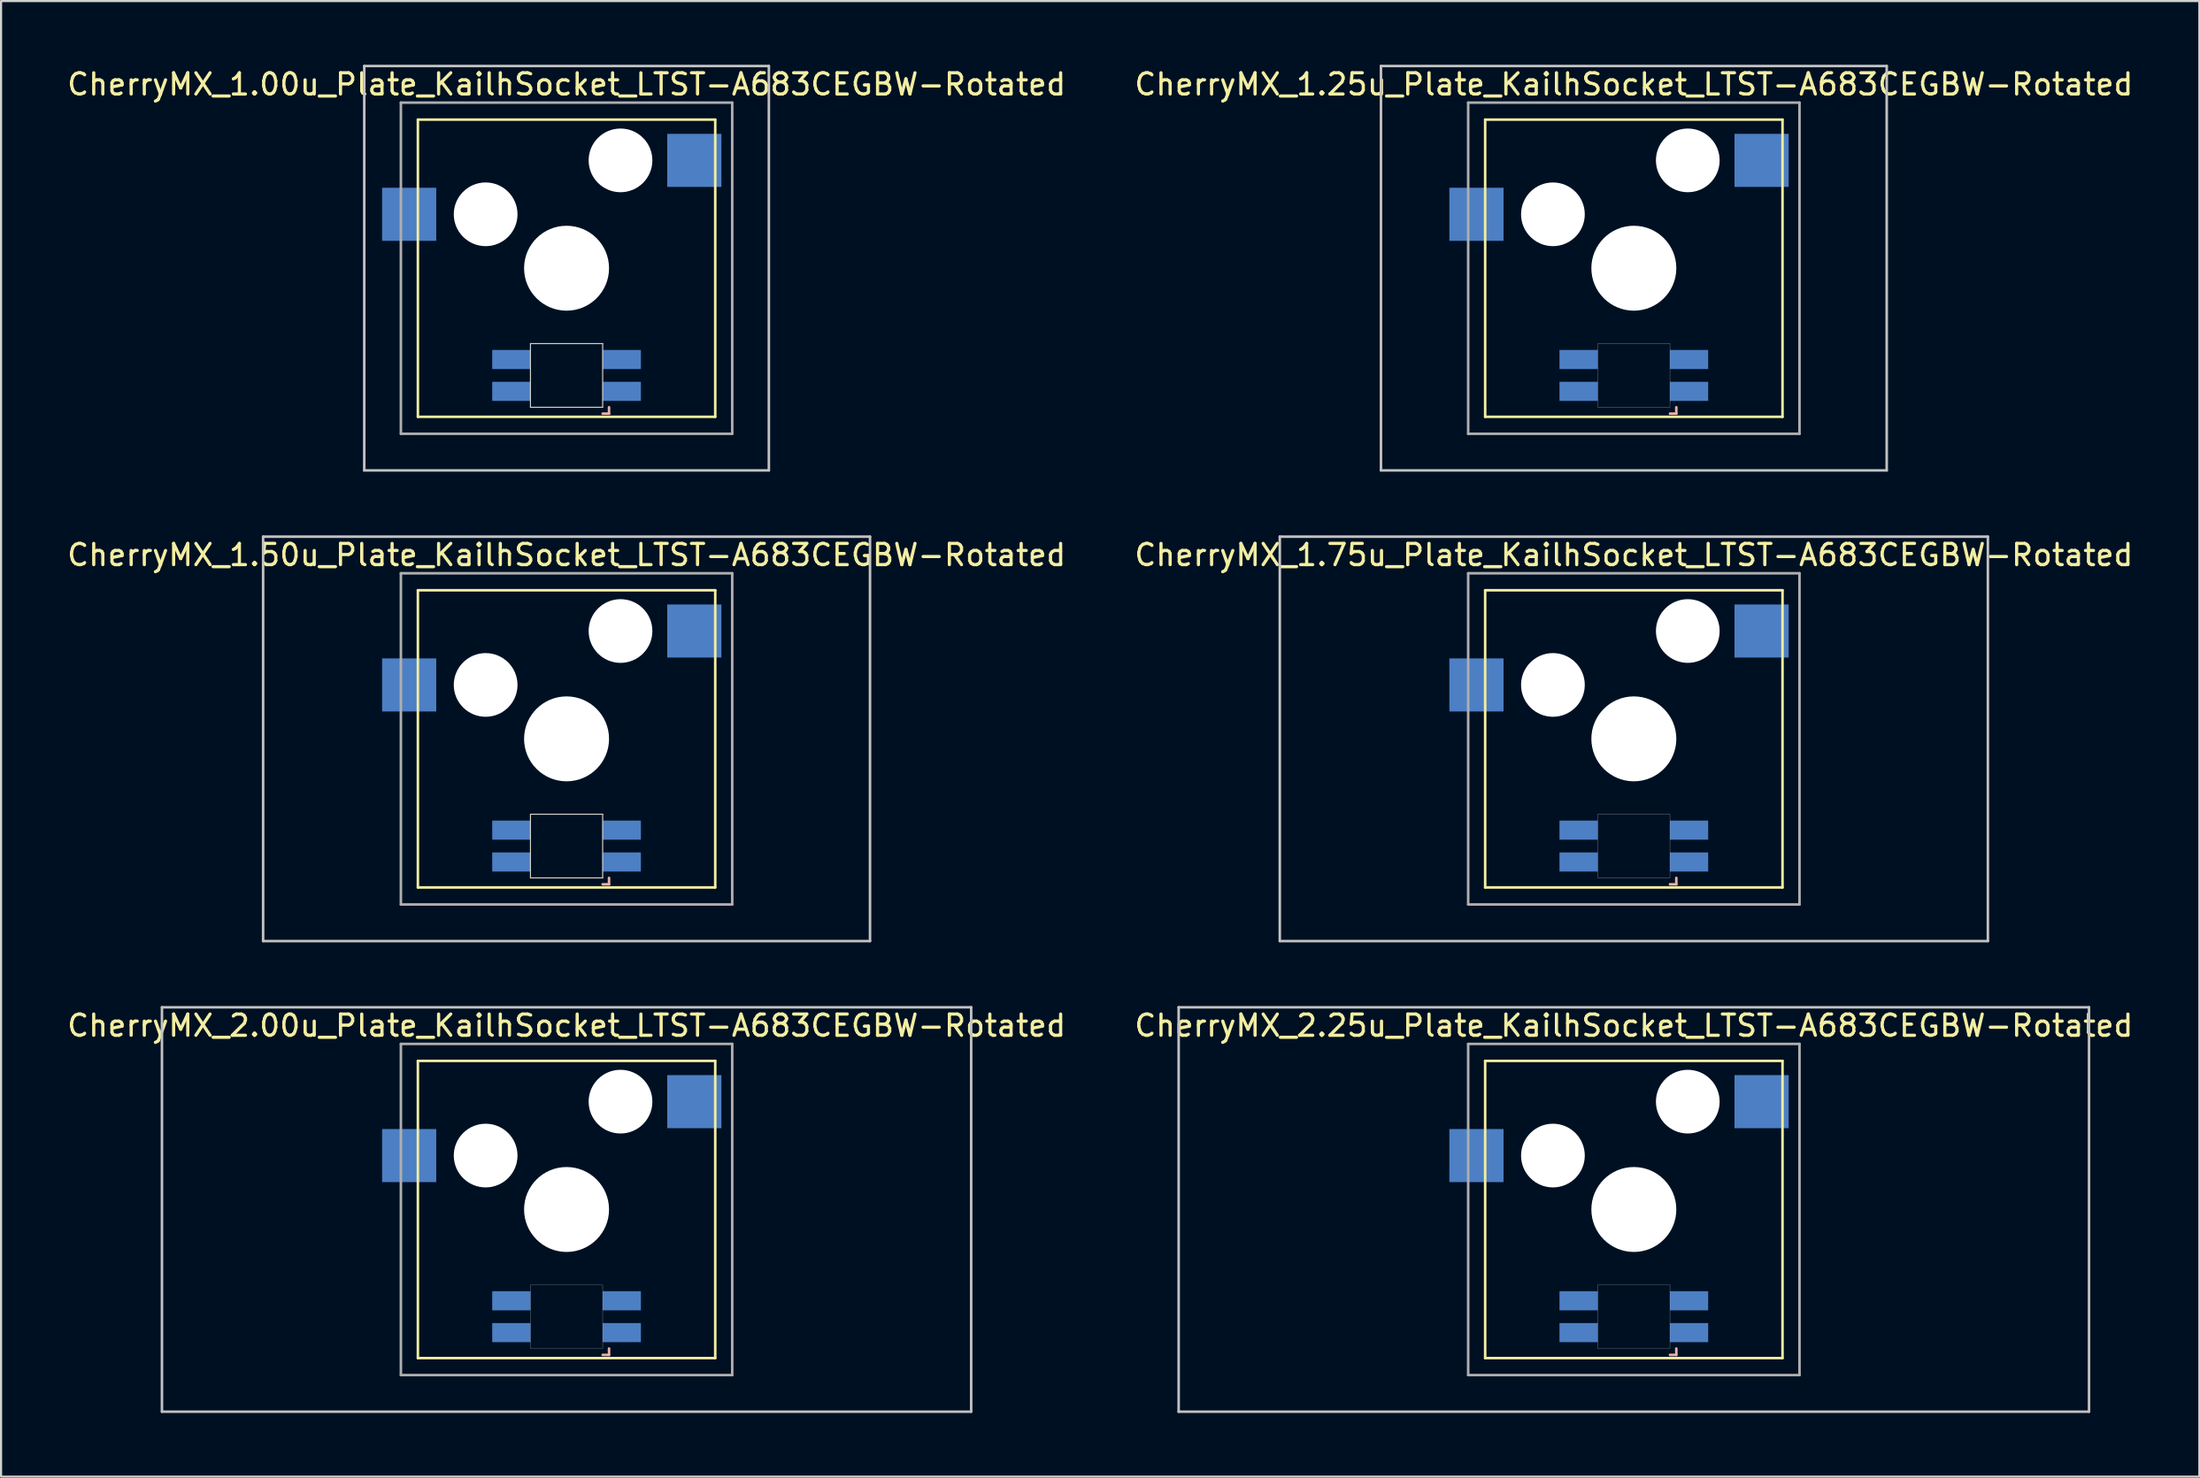
<source format=kicad_pcb>
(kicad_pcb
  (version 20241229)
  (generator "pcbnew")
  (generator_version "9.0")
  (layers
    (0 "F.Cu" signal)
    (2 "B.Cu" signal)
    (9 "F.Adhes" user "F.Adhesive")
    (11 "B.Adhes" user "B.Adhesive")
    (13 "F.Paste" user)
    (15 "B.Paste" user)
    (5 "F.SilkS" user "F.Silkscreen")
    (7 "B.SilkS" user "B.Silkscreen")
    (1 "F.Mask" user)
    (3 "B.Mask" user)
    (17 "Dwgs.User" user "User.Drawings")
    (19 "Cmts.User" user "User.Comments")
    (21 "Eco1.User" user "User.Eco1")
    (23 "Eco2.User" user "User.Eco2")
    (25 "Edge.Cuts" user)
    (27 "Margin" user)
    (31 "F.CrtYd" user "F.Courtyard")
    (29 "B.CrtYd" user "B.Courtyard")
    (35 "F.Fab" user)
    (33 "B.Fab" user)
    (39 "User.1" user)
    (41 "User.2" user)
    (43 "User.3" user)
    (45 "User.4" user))
  (footprint "CherryMX_1.25u_Plate_KailhSocket_LTST-A683CEGBW-Rotated"
    (layer "F.Cu")
    (at 73.875 9.585)
    (property "Reference" "CherryMX_1.25u_Plate_KailhSocket_LTST-A683CEGBW-Rotated" (at 0 -8.662 0) (layer "F.SilkS") (effects (font (size 1 1) (thickness 0.15))))
    (attr through_hole)
    (fp_line (start -7 -7) (end -7 7) (stroke (width 0.12) (type solid)) (layer "F.SilkS"))
    (fp_line (start -7 -7) (end 7 -7) (stroke (width 0.12) (type solid)) (layer "F.SilkS"))
    (fp_line (start 7 -7) (end 7 7) (stroke (width 0.12) (type solid)) (layer "F.SilkS"))
    (fp_line (start 7 7) (end -7 7) (stroke (width 0.12) (type solid)) (layer "F.SilkS"))
    (fp_line (start 1.7 6.85) (end 2 6.85) (stroke (width 0.12) (type solid)) (layer "B.SilkS"))
    (fp_line (start 2 6.85) (end 2 6.55) (stroke (width 0.12) (type solid)) (layer "B.SilkS"))
    (fp_line (start -11.906 -9.525) (end 11.906 -9.525) (stroke (width 0.12) (type solid)) (layer "Dwgs.User"))
    (fp_line (start -11.906 9.525) (end -11.906 -9.525) (stroke (width 0.12) (type solid)) (layer "Dwgs.User"))
    (fp_line (start 11.906 -9.525) (end 11.906 9.525) (stroke (width 0.12) (type solid)) (layer "Dwgs.User"))
    (fp_line (start 11.906 9.525) (end -11.906 9.525) (stroke (width 0.12) (type solid)) (layer "Dwgs.User"))
    (fp_poly (pts (xy -1.7 3.55) (xy 1.7 3.55) (xy 1.7 6.55) (xy -1.7 6.55)) (stroke (width 0.01) (type solid)) (fill no) (layer "Edge.Cuts"))
    (fp_line (start -7.8 -7.8) (end -7.8 7.8) (stroke (width 0.12) (type solid)) (layer "F.Fab"))
    (fp_line (start -7.8 -7.8) (end 7.8 -7.8) (stroke (width 0.12) (type solid)) (layer "F.Fab"))
    (fp_line (start -7.8 7.8) (end 7.8 7.8) (stroke (width 0.12) (type solid)) (layer "F.Fab"))
    (fp_line (start 7.8 -7.8) (end 7.8 7.8) (stroke (width 0.12) (type solid)) (layer "F.Fab"))
    (pad "" np_thru_hole circle (at -3.81 -2.54) (size 3 3) (drill 3) (layers "*.Cu" "*.Mask"))
    (pad "" np_thru_hole circle (at 0 0) (size 4 4) (drill 4) (layers "*.Cu" "*.Mask"))
    (pad "" np_thru_hole circle (at 2.54 -5.08) (size 3 3) (drill 3) (layers "*.Cu" "*.Mask"))
    (pad "1" smd rect (at -7.41 -2.54) (size 2.55 2.5) (layers "B.Cu" "B.Mask" "B.Paste"))
    (pad "2" smd rect (at 6.015 -5.08) (size 2.55 2.5) (layers "B.Cu" "B.Mask" "B.Paste"))
    (pad "3" smd rect (at 2.6 5.8 180) (size 1.8 0.9) (layers "B.Cu" "B.Mask" "B.Paste"))
    (pad "4" smd rect (at 2.6 4.3 180) (size 1.8 0.9) (layers "B.Cu" "B.Mask" "B.Paste"))
    (pad "5" smd rect (at -2.6 5.8 180) (size 1.8 0.9) (layers "B.Cu" "B.Mask" "B.Paste"))
    (pad "6" smd rect (at -2.6 4.3 180) (size 1.8 0.9) (layers "B.Cu" "B.Mask" "B.Paste")))
  (footprint "CherryMX_2.00u_Plate_KailhSocket_LTST-A683CEGBW-Rotated"
    (layer "F.Cu")
    (at 23.625 53.925)
    (property "Reference" "CherryMX_2.00u_Plate_KailhSocket_LTST-A683CEGBW-Rotated" (at 0 -8.662 0) (layer "F.SilkS") (effects (font (size 1 1) (thickness 0.15))))
    (attr through_hole)
    (fp_line (start -7 -7) (end -7 7) (stroke (width 0.12) (type solid)) (layer "F.SilkS"))
    (fp_line (start -7 -7) (end 7 -7) (stroke (width 0.12) (type solid)) (layer "F.SilkS"))
    (fp_line (start 7 -7) (end 7 7) (stroke (width 0.12) (type solid)) (layer "F.SilkS"))
    (fp_line (start 7 7) (end -7 7) (stroke (width 0.12) (type solid)) (layer "F.SilkS"))
    (fp_line (start 1.7 6.85) (end 2 6.85) (stroke (width 0.12) (type solid)) (layer "B.SilkS"))
    (fp_line (start 2 6.85) (end 2 6.55) (stroke (width 0.12) (type solid)) (layer "B.SilkS"))
    (fp_line (start -19.05 -9.525) (end 19.05 -9.525) (stroke (width 0.12) (type solid)) (layer "Dwgs.User"))
    (fp_line (start -19.05 9.525) (end -19.05 -9.525) (stroke (width 0.12) (type solid)) (layer "Dwgs.User"))
    (fp_line (start 19.05 -9.525) (end 19.05 9.525) (stroke (width 0.12) (type solid)) (layer "Dwgs.User"))
    (fp_line (start 19.05 9.525) (end -19.05 9.525) (stroke (width 0.12) (type solid)) (layer "Dwgs.User"))
    (fp_poly (pts (xy -1.7 3.55) (xy 1.7 3.55) (xy 1.7 6.55) (xy -1.7 6.55)) (stroke (width 0.01) (type solid)) (fill no) (layer "Edge.Cuts"))
    (fp_line (start -7.8 -7.8) (end -7.8 7.8) (stroke (width 0.12) (type solid)) (layer "F.Fab"))
    (fp_line (start -7.8 -7.8) (end 7.8 -7.8) (stroke (width 0.12) (type solid)) (layer "F.Fab"))
    (fp_line (start -7.8 7.8) (end 7.8 7.8) (stroke (width 0.12) (type solid)) (layer "F.Fab"))
    (fp_line (start 7.8 -7.8) (end 7.8 7.8) (stroke (width 0.12) (type solid)) (layer "F.Fab"))
    (pad "" np_thru_hole circle (at -3.81 -2.54) (size 3 3) (drill 3) (layers "*.Cu" "*.Mask"))
    (pad "" np_thru_hole circle (at 0 0) (size 4 4) (drill 4) (layers "*.Cu" "*.Mask"))
    (pad "" np_thru_hole circle (at 2.54 -5.08) (size 3 3) (drill 3) (layers "*.Cu" "*.Mask"))
    (pad "1" smd rect (at -7.41 -2.54) (size 2.55 2.5) (layers "B.Cu" "B.Mask" "B.Paste"))
    (pad "2" smd rect (at 6.015 -5.08) (size 2.55 2.5) (layers "B.Cu" "B.Mask" "B.Paste"))
    (pad "3" smd rect (at 2.6 5.8 180) (size 1.8 0.9) (layers "B.Cu" "B.Mask" "B.Paste"))
    (pad "4" smd rect (at 2.6 4.3 180) (size 1.8 0.9) (layers "B.Cu" "B.Mask" "B.Paste"))
    (pad "5" smd rect (at -2.6 5.8 180) (size 1.8 0.9) (layers "B.Cu" "B.Mask" "B.Paste"))
    (pad "6" smd rect (at -2.6 4.3 180) (size 1.8 0.9) (layers "B.Cu" "B.Mask" "B.Paste")))
  (footprint "CherryMX_1.50u_Plate_KailhSocket_LTST-A683CEGBW-Rotated"
    (layer "F.Cu")
    (at 23.625 31.755)
    (property "Reference" "CherryMX_1.50u_Plate_KailhSocket_LTST-A683CEGBW-Rotated" (at 0 -8.662 0) (layer "F.SilkS") (effects (font (size 1 1) (thickness 0.15))))
    (attr through_hole)
    (fp_line (start -7 -7) (end -7 7) (stroke (width 0.12) (type solid)) (layer "F.SilkS"))
    (fp_line (start -7 -7) (end 7 -7) (stroke (width 0.12) (type solid)) (layer "F.SilkS"))
    (fp_line (start 7 -7) (end 7 7) (stroke (width 0.12) (type solid)) (layer "F.SilkS"))
    (fp_line (start 7 7) (end -7 7) (stroke (width 0.12) (type solid)) (layer "F.SilkS"))
    (fp_line (start 1.7 6.85) (end 2 6.85) (stroke (width 0.12) (type solid)) (layer "B.SilkS"))
    (fp_line (start 2 6.85) (end 2 6.55) (stroke (width 0.12) (type solid)) (layer "B.SilkS"))
    (fp_line (start -14.287 -9.525) (end 14.287 -9.525) (stroke (width 0.12) (type solid)) (layer "Dwgs.User"))
    (fp_line (start -14.287 9.525) (end -14.287 -9.525) (stroke (width 0.12) (type solid)) (layer "Dwgs.User"))
    (fp_line (start 14.287 -9.525) (end 14.287 9.525) (stroke (width 0.12) (type solid)) (layer "Dwgs.User"))
    (fp_line (start 14.287 9.525) (end -14.287 9.525) (stroke (width 0.12) (type solid)) (layer "Dwgs.User"))
    (fp_line (start -1.7 3.55) (end 1.7 3.55) (stroke (width 0.05) (type solid)) (layer "Edge.Cuts"))
    (fp_line (start -1.7 6.55) (end -1.7 3.55) (stroke (width 0.05) (type solid)) (layer "Edge.Cuts"))
    (fp_line (start 1.7 3.55) (end 1.7 6.55) (stroke (width 0.05) (type solid)) (layer "Edge.Cuts"))
    (fp_line (start 1.7 6.55) (end -1.7 6.55) (stroke (width 0.05) (type solid)) (layer "Edge.Cuts"))
    (fp_line (start -7.8 -7.8) (end -7.8 7.8) (stroke (width 0.12) (type solid)) (layer "F.Fab"))
    (fp_line (start -7.8 -7.8) (end 7.8 -7.8) (stroke (width 0.12) (type solid)) (layer "F.Fab"))
    (fp_line (start -7.8 7.8) (end 7.8 7.8) (stroke (width 0.12) (type solid)) (layer "F.Fab"))
    (fp_line (start 7.8 -7.8) (end 7.8 7.8) (stroke (width 0.12) (type solid)) (layer "F.Fab"))
    (pad "" np_thru_hole circle (at -3.81 -2.54) (size 3 3) (drill 3) (layers "*.Cu" "*.Mask"))
    (pad "" np_thru_hole circle (at 0 0) (size 4 4) (drill 4) (layers "*.Cu" "*.Mask"))
    (pad "" np_thru_hole circle (at 2.54 -5.08) (size 3 3) (drill 3) (layers "*.Cu" "*.Mask"))
    (pad "1" smd rect (at -7.41 -2.54) (size 2.55 2.5) (layers "B.Cu" "B.Mask" "B.Paste"))
    (pad "2" smd rect (at 6.015 -5.08) (size 2.55 2.5) (layers "B.Cu" "B.Mask" "B.Paste"))
    (pad "3" smd rect (at 2.6 5.8) (size 1.8 0.9) (layers "B.Cu" "B.Mask" "B.Paste"))
    (pad "4" smd rect (at 2.6 4.3) (size 1.8 0.9) (layers "B.Cu" "B.Mask" "B.Paste"))
    (pad "5" smd rect (at -2.6 5.8) (size 1.8 0.9) (layers "B.Cu" "B.Mask" "B.Paste"))
    (pad "6" smd rect (at -2.6 4.3) (size 1.8 0.9) (layers "B.Cu" "B.Mask" "B.Paste")))
  (footprint "CherryMX_1.75u_Plate_KailhSocket_LTST-A683CEGBW-Rotated"
    (layer "F.Cu")
    (at 73.875 31.755)
    (property "Reference" "CherryMX_1.75u_Plate_KailhSocket_LTST-A683CEGBW-Rotated" (at 0 -8.662 0) (layer "F.SilkS") (effects (font (size 1 1) (thickness 0.15))))
    (attr through_hole)
    (fp_line (start -7 -7) (end -7 7) (stroke (width 0.12) (type solid)) (layer "F.SilkS"))
    (fp_line (start -7 -7) (end 7 -7) (stroke (width 0.12) (type solid)) (layer "F.SilkS"))
    (fp_line (start 7 -7) (end 7 7) (stroke (width 0.12) (type solid)) (layer "F.SilkS"))
    (fp_line (start 7 7) (end -7 7) (stroke (width 0.12) (type solid)) (layer "F.SilkS"))
    (fp_line (start 1.7 6.85) (end 2 6.85) (stroke (width 0.12) (type solid)) (layer "B.SilkS"))
    (fp_line (start 2 6.85) (end 2 6.55) (stroke (width 0.12) (type solid)) (layer "B.SilkS"))
    (fp_line (start -16.669 -9.525) (end 16.669 -9.525) (stroke (width 0.12) (type solid)) (layer "Dwgs.User"))
    (fp_line (start -16.669 9.525) (end -16.669 -9.525) (stroke (width 0.12) (type solid)) (layer "Dwgs.User"))
    (fp_line (start 16.669 -9.525) (end 16.669 9.525) (stroke (width 0.12) (type solid)) (layer "Dwgs.User"))
    (fp_line (start 16.669 9.525) (end -16.669 9.525) (stroke (width 0.12) (type solid)) (layer "Dwgs.User"))
    (fp_poly (pts (xy -1.7 3.55) (xy 1.7 3.55) (xy 1.7 6.55) (xy -1.7 6.55)) (stroke (width 0.01) (type solid)) (fill no) (layer "Edge.Cuts"))
    (fp_line (start -7.8 -7.8) (end -7.8 7.8) (stroke (width 0.12) (type solid)) (layer "F.Fab"))
    (fp_line (start -7.8 -7.8) (end 7.8 -7.8) (stroke (width 0.12) (type solid)) (layer "F.Fab"))
    (fp_line (start -7.8 7.8) (end 7.8 7.8) (stroke (width 0.12) (type solid)) (layer "F.Fab"))
    (fp_line (start 7.8 -7.8) (end 7.8 7.8) (stroke (width 0.12) (type solid)) (layer "F.Fab"))
    (pad "" np_thru_hole circle (at -3.81 -2.54) (size 3 3) (drill 3) (layers "*.Cu" "*.Mask"))
    (pad "" np_thru_hole circle (at 0 0) (size 4 4) (drill 4) (layers "*.Cu" "*.Mask"))
    (pad "" np_thru_hole circle (at 2.54 -5.08) (size 3 3) (drill 3) (layers "*.Cu" "*.Mask"))
    (pad "1" smd rect (at -7.41 -2.54) (size 2.55 2.5) (layers "B.Cu" "B.Mask" "B.Paste"))
    (pad "2" smd rect (at 6.015 -5.08) (size 2.55 2.5) (layers "B.Cu" "B.Mask" "B.Paste"))
    (pad "3" smd rect (at 2.6 5.8 180) (size 1.8 0.9) (layers "B.Cu" "B.Mask" "B.Paste"))
    (pad "4" smd rect (at 2.6 4.3 180) (size 1.8 0.9) (layers "B.Cu" "B.Mask" "B.Paste"))
    (pad "5" smd rect (at -2.6 5.8 180) (size 1.8 0.9) (layers "B.Cu" "B.Mask" "B.Paste"))
    (pad "6" smd rect (at -2.6 4.3 180) (size 1.8 0.9) (layers "B.Cu" "B.Mask" "B.Paste")))
  (footprint "CherryMX_1.00u_Plate_KailhSocket_LTST-A683CEGBW-Rotated"
    (layer "F.Cu")
    (at 23.625 9.585)
    (property "Reference" "CherryMX_1.00u_Plate_KailhSocket_LTST-A683CEGBW-Rotated" (at 0 -8.662 0) (layer "F.SilkS") (effects (font (size 1 1) (thickness 0.15))))
    (attr through_hole)
    (fp_line (start -7 -7) (end -7 7) (stroke (width 0.12) (type solid)) (layer "F.SilkS"))
    (fp_line (start -7 -7) (end 7 -7) (stroke (width 0.12) (type solid)) (layer "F.SilkS"))
    (fp_line (start 7 -7) (end 7 7) (stroke (width 0.12) (type solid)) (layer "F.SilkS"))
    (fp_line (start 7 7) (end -7 7) (stroke (width 0.12) (type solid)) (layer "F.SilkS"))
    (fp_line (start 1.7 6.85) (end 2 6.85) (stroke (width 0.12) (type solid)) (layer "B.SilkS"))
    (fp_line (start 2 6.85) (end 2 6.55) (stroke (width 0.12) (type solid)) (layer "B.SilkS"))
    (fp_line (start -9.525 -9.525) (end 9.525 -9.525) (stroke (width 0.12) (type solid)) (layer "Dwgs.User"))
    (fp_line (start -9.525 9.525) (end -9.525 -9.525) (stroke (width 0.12) (type solid)) (layer "Dwgs.User"))
    (fp_line (start 9.525 -9.525) (end 9.525 9.525) (stroke (width 0.12) (type solid)) (layer "Dwgs.User"))
    (fp_line (start 9.525 9.525) (end -9.525 9.525) (stroke (width 0.12) (type solid)) (layer "Dwgs.User"))
    (fp_line (start -1.7 3.55) (end 1.7 3.55) (stroke (width 0.05) (type solid)) (layer "Edge.Cuts"))
    (fp_line (start -1.7 6.55) (end -1.7 3.55) (stroke (width 0.05) (type solid)) (layer "Edge.Cuts"))
    (fp_line (start 1.7 3.55) (end 1.7 6.55) (stroke (width 0.05) (type solid)) (layer "Edge.Cuts"))
    (fp_line (start 1.7 6.55) (end -1.7 6.55) (stroke (width 0.05) (type solid)) (layer "Edge.Cuts"))
    (fp_line (start -7.8 -7.8) (end -7.8 7.8) (stroke (width 0.12) (type solid)) (layer "F.Fab"))
    (fp_line (start -7.8 -7.8) (end 7.8 -7.8) (stroke (width 0.12) (type solid)) (layer "F.Fab"))
    (fp_line (start -7.8 7.8) (end 7.8 7.8) (stroke (width 0.12) (type solid)) (layer "F.Fab"))
    (fp_line (start 7.8 -7.8) (end 7.8 7.8) (stroke (width 0.12) (type solid)) (layer "F.Fab"))
    (pad "" np_thru_hole circle (at -3.81 -2.54) (size 3 3) (drill 3) (layers "*.Cu" "*.Mask"))
    (pad "" np_thru_hole circle (at 0 0) (size 4 4) (drill 4) (layers "*.Cu" "*.Mask"))
    (pad "" np_thru_hole circle (at 2.54 -5.08) (size 3 3) (drill 3) (layers "*.Cu" "*.Mask"))
    (pad "1" smd rect (at -7.41 -2.54) (size 2.55 2.5) (layers "B.Cu" "B.Mask" "B.Paste"))
    (pad "2" smd rect (at 6.015 -5.08) (size 2.55 2.5) (layers "B.Cu" "B.Mask" "B.Paste"))
    (pad "3" smd rect (at 2.6 5.8 180) (size 1.8 0.9) (layers "B.Cu" "B.Mask" "B.Paste"))
    (pad "4" smd rect (at 2.6 4.3 180) (size 1.8 0.9) (layers "B.Cu" "B.Mask" "B.Paste"))
    (pad "5" smd rect (at -2.6 5.8 180) (size 1.8 0.9) (layers "B.Cu" "B.Mask" "B.Paste"))
    (pad "6" smd rect (at -2.6 4.3 180) (size 1.8 0.9) (layers "B.Cu" "B.Mask" "B.Paste")))
  (footprint "CherryMX_2.25u_Plate_KailhSocket_LTST-A683CEGBW-Rotated"
    (layer "F.Cu")
    (at 73.875 53.925)
    (property "Reference" "CherryMX_2.25u_Plate_KailhSocket_LTST-A683CEGBW-Rotated" (at 0 -8.662 0) (layer "F.SilkS") (effects (font (size 1 1) (thickness 0.15))))
    (attr through_hole)
    (fp_line (start -7 -7) (end -7 7) (stroke (width 0.12) (type solid)) (layer "F.SilkS"))
    (fp_line (start -7 -7) (end 7 -7) (stroke (width 0.12) (type solid)) (layer "F.SilkS"))
    (fp_line (start 7 -7) (end 7 7) (stroke (width 0.12) (type solid)) (layer "F.SilkS"))
    (fp_line (start 7 7) (end -7 7) (stroke (width 0.12) (type solid)) (layer "F.SilkS"))
    (fp_line (start 1.7 6.85) (end 2 6.85) (stroke (width 0.12) (type solid)) (layer "B.SilkS"))
    (fp_line (start 2 6.85) (end 2 6.55) (stroke (width 0.12) (type solid)) (layer "B.SilkS"))
    (fp_line (start -21.431 -9.525) (end 21.431 -9.525) (stroke (width 0.12) (type solid)) (layer "Dwgs.User"))
    (fp_line (start -21.431 9.525) (end -21.431 -9.525) (stroke (width 0.12) (type solid)) (layer "Dwgs.User"))
    (fp_line (start 21.431 -9.525) (end 21.431 9.525) (stroke (width 0.12) (type solid)) (layer "Dwgs.User"))
    (fp_line (start 21.431 9.525) (end -21.431 9.525) (stroke (width 0.12) (type solid)) (layer "Dwgs.User"))
    (fp_poly (pts (xy -1.7 3.55) (xy 1.7 3.55) (xy 1.7 6.55) (xy -1.7 6.55)) (stroke (width 0.01) (type solid)) (fill no) (layer "Edge.Cuts"))
    (fp_line (start -7.8 -7.8) (end -7.8 7.8) (stroke (width 0.12) (type solid)) (layer "F.Fab"))
    (fp_line (start -7.8 -7.8) (end 7.8 -7.8) (stroke (width 0.12) (type solid)) (layer "F.Fab"))
    (fp_line (start -7.8 7.8) (end 7.8 7.8) (stroke (width 0.12) (type solid)) (layer "F.Fab"))
    (fp_line (start 7.8 -7.8) (end 7.8 7.8) (stroke (width 0.12) (type solid)) (layer "F.Fab"))
    (pad "" np_thru_hole circle (at -3.81 -2.54) (size 3 3) (drill 3) (layers "*.Cu" "*.Mask"))
    (pad "" np_thru_hole circle (at 0 0) (size 4 4) (drill 4) (layers "*.Cu" "*.Mask"))
    (pad "" np_thru_hole circle (at 2.54 -5.08) (size 3 3) (drill 3) (layers "*.Cu" "*.Mask"))
    (pad "1" smd rect (at -7.41 -2.54) (size 2.55 2.5) (layers "B.Cu" "B.Mask" "B.Paste"))
    (pad "2" smd rect (at 6.015 -5.08) (size 2.55 2.5) (layers "B.Cu" "B.Mask" "B.Paste"))
    (pad "3" smd rect (at 2.6 5.8 180) (size 1.8 0.9) (layers "B.Cu" "B.Mask" "B.Paste"))
    (pad "4" smd rect (at 2.6 4.3 180) (size 1.8 0.9) (layers "B.Cu" "B.Mask" "B.Paste"))
    (pad "5" smd rect (at -2.6 5.8 180) (size 1.8 0.9) (layers "B.Cu" "B.Mask" "B.Paste"))
    (pad "6" smd rect (at -2.6 4.3 180) (size 1.8 0.9) (layers "B.Cu" "B.Mask" "B.Paste")))
  (gr_rect
    (start -3 -3)
    (end 100.5 66.51)
    (stroke (width 0.1) (type default))
    (fill no)
    (layer "Edge.Cuts")))
</source>
